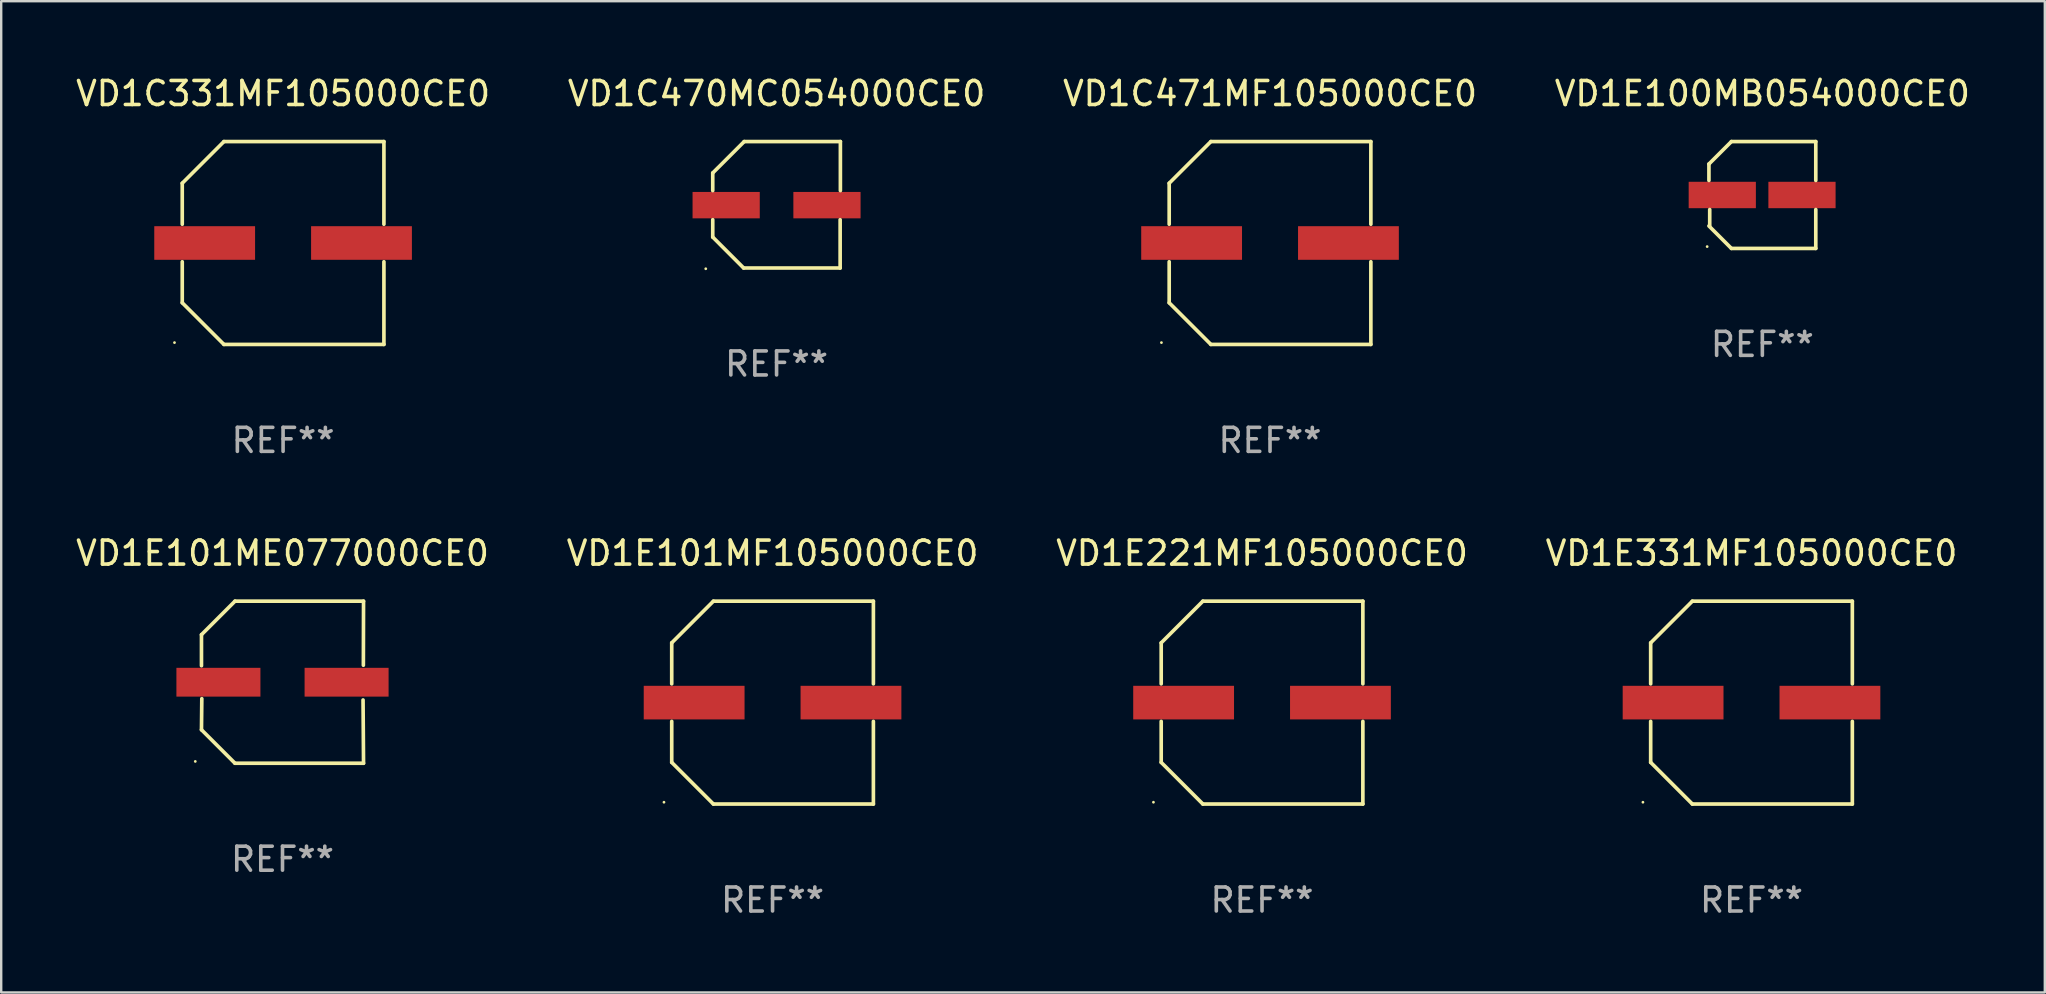
<source format=kicad_pcb>
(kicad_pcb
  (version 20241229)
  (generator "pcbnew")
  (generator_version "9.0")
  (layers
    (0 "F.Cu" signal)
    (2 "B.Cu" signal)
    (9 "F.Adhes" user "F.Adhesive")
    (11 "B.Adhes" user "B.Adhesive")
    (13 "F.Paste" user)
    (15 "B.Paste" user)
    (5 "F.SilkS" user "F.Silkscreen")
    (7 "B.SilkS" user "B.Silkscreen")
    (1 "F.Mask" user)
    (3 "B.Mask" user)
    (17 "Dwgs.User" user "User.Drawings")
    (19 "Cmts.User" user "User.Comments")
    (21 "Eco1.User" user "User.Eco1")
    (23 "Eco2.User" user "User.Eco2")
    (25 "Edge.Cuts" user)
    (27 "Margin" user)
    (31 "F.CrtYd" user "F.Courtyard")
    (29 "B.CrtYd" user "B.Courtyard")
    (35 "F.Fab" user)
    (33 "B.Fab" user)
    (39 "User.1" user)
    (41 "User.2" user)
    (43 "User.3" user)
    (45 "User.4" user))
  (footprint "VD1E101ME077000CE0"
    (layer "F.Cu")
    (at 8.72 25.373)
    (property "Reference" "VD1E101ME077000CE0" (at 0 -5.376 0) (layer "F.SilkS") (effects (font (size 1 1) (thickness 0.15))))
    (attr through_hole)
    (fp_line (start -3.376 -1.98) (end -3.376 -0.686) (stroke (width 0.152) (type solid)) (layer "F.SilkS"))
    (fp_line (start -3.376 1.981) (end -3.362 0.686) (stroke (width 0.152) (type solid)) (layer "F.SilkS"))
    (fp_line (start -1.981 3.376) (end -3.376 1.981) (stroke (width 0.152) (type solid)) (layer "F.SilkS"))
    (fp_line (start -1.98 -3.376) (end -3.376 -1.98) (stroke (width 0.152) (type solid)) (layer "F.SilkS"))
    (fp_line (start 3.356 0.74) (end 3.376 3.376) (stroke (width 0.152) (type solid)) (layer "F.SilkS"))
    (fp_line (start 3.369 -0.707) (end 3.376 -3.376) (stroke (width 0.152) (type solid)) (layer "F.SilkS"))
    (fp_line (start 3.376 3.376) (end -1.981 3.376) (stroke (width 0.152) (type solid)) (layer "F.SilkS"))
    (fp_line (start 3.376 -3.376) (end -1.98 -3.376) (stroke (width 0.152) (type solid)) (layer "F.SilkS"))
    (fp_circle (center -3.634 3.3) (end -3.604 3.3) (stroke (width 0.06) (type solid)) (fill no) (layer "F.SilkS"))
    (fp_text user "REF**" (at 0 7.376 0) (layer "F.Fab") (effects (font (size 1 1) (thickness 0.15))))
    (pad "1" smd rect (at -2.67 0.000254) (size 3.5 1.2) (layers "F.Cu" "F.Mask" "F.Paste"))
    (pad "2" smd rect (at 2.67 0.000254) (size 3.5 1.2) (layers "F.Cu" "F.Mask" "F.Paste")))
  (footprint "VD1C331MF105000CE0"
    (layer "F.Cu")
    (at 8.744 7.074)
    (property "Reference" "VD1C331MF105000CE0" (at 0 -6.226 0) (layer "F.SilkS") (effects (font (size 1 1) (thickness 0.15))))
    (attr through_hole)
    (fp_line (start -4.201 -2.49) (end -4.201 -0.782) (stroke (width 0.152) (type solid)) (layer "F.SilkS"))
    (fp_line (start -4.201 2.49) (end -4.201 0.782) (stroke (width 0.152) (type solid)) (layer "F.SilkS"))
    (fp_line (start -2.465 -4.226) (end -4.201 -2.49) (stroke (width 0.152) (type solid)) (layer "F.SilkS"))
    (fp_line (start -2.465 4.226) (end -4.201 2.49) (stroke (width 0.152) (type solid)) (layer "F.SilkS"))
    (fp_line (start 4.201 -4.226) (end -2.465 -4.226) (stroke (width 0.152) (type solid)) (layer "F.SilkS"))
    (fp_line (start 4.201 -0.782) (end 4.201 -4.226) (stroke (width 0.152) (type solid)) (layer "F.SilkS"))
    (fp_line (start 4.201 0.782) (end 4.201 4.226) (stroke (width 0.152) (type solid)) (layer "F.SilkS"))
    (fp_line (start 4.201 4.226) (end -2.465 4.226) (stroke (width 0.152) (type solid)) (layer "F.SilkS"))
    (fp_circle (center -4.524 4.15) (end -4.494 4.15) (stroke (width 0.06) (type solid)) (fill no) (layer "F.SilkS"))
    (fp_text user "REF**" (at 0 8.226 0) (layer "F.Fab") (effects (font (size 1 1) (thickness 0.15))))
    (pad "1" smd rect (at -3.267 0) (size 4.2 1.4) (layers "F.Cu" "F.Mask" "F.Paste"))
    (pad "2" smd rect (at 3.267 0) (size 4.2 1.4) (layers "F.Cu" "F.Mask" "F.Paste")))
  (footprint "VD1C471MF105000CE0"
    (layer "F.Cu")
    (at 49.863 7.074)
    (property "Reference" "VD1C471MF105000CE0" (at 0 -6.226 0) (layer "F.SilkS") (effects (font (size 1 1) (thickness 0.15))))
    (attr through_hole)
    (fp_line (start -4.201 -2.49) (end -4.201 -0.782) (stroke (width 0.152) (type solid)) (layer "F.SilkS"))
    (fp_line (start -4.201 2.49) (end -4.201 0.782) (stroke (width 0.152) (type solid)) (layer "F.SilkS"))
    (fp_line (start -2.465 -4.226) (end -4.201 -2.49) (stroke (width 0.152) (type solid)) (layer "F.SilkS"))
    (fp_line (start -2.465 4.226) (end -4.201 2.49) (stroke (width 0.152) (type solid)) (layer "F.SilkS"))
    (fp_line (start 4.201 -4.226) (end -2.465 -4.226) (stroke (width 0.152) (type solid)) (layer "F.SilkS"))
    (fp_line (start 4.201 -0.782) (end 4.201 -4.226) (stroke (width 0.152) (type solid)) (layer "F.SilkS"))
    (fp_line (start 4.201 0.782) (end 4.201 4.226) (stroke (width 0.152) (type solid)) (layer "F.SilkS"))
    (fp_line (start 4.201 4.226) (end -2.465 4.226) (stroke (width 0.152) (type solid)) (layer "F.SilkS"))
    (fp_circle (center -4.524 4.15) (end -4.494 4.15) (stroke (width 0.06) (type solid)) (fill no) (layer "F.SilkS"))
    (fp_text user "REF**" (at 0 8.226 0) (layer "F.Fab") (effects (font (size 1 1) (thickness 0.15))))
    (pad "1" smd rect (at -3.267 0) (size 4.2 1.4) (layers "F.Cu" "F.Mask" "F.Paste"))
    (pad "2" smd rect (at 3.267 0) (size 4.2 1.4) (layers "F.Cu" "F.Mask" "F.Paste")))
  (footprint "VD1E331MF105000CE0"
    (layer "F.Cu")
    (at 69.923 26.223)
    (property "Reference" "VD1E331MF105000CE0" (at 0 -6.226 0) (layer "F.SilkS") (effects (font (size 1 1) (thickness 0.15))))
    (attr through_hole)
    (fp_line (start -4.201 -2.49) (end -4.201 -0.782) (stroke (width 0.152) (type solid)) (layer "F.SilkS"))
    (fp_line (start -4.201 2.49) (end -4.201 0.782) (stroke (width 0.152) (type solid)) (layer "F.SilkS"))
    (fp_line (start -2.465 -4.226) (end -4.201 -2.49) (stroke (width 0.152) (type solid)) (layer "F.SilkS"))
    (fp_line (start -2.465 4.226) (end -4.201 2.49) (stroke (width 0.152) (type solid)) (layer "F.SilkS"))
    (fp_line (start 4.201 -4.226) (end -2.465 -4.226) (stroke (width 0.152) (type solid)) (layer "F.SilkS"))
    (fp_line (start 4.201 -0.782) (end 4.201 -4.226) (stroke (width 0.152) (type solid)) (layer "F.SilkS"))
    (fp_line (start 4.201 0.782) (end 4.201 4.226) (stroke (width 0.152) (type solid)) (layer "F.SilkS"))
    (fp_line (start 4.201 4.226) (end -2.465 4.226) (stroke (width 0.152) (type solid)) (layer "F.SilkS"))
    (fp_circle (center -4.524 4.15) (end -4.494 4.15) (stroke (width 0.06) (type solid)) (fill no) (layer "F.SilkS"))
    (fp_text user "REF**" (at 0 8.226 0) (layer "F.Fab") (effects (font (size 1 1) (thickness 0.15))))
    (pad "1" smd rect (at -3.267 0) (size 4.2 1.4) (layers "F.Cu" "F.Mask" "F.Paste"))
    (pad "2" smd rect (at 3.267 0) (size 4.2 1.4) (layers "F.Cu" "F.Mask" "F.Paste")))
  (footprint "VD1E100MB054000CE0"
    (layer "F.Cu")
    (at 70.375 5.074)
    (property "Reference" "VD1E100MB054000CE0" (at 0 -4.226 0) (layer "F.SilkS") (effects (font (size 1 1) (thickness 0.15))))
    (attr through_hole)
    (fp_line (start -2.226 -1.29) (end -2.226 -0.607) (stroke (width 0.152) (type solid)) (layer "F.SilkS"))
    (fp_line (start -2.193 1.29) (end -2.193 0.607) (stroke (width 0.152) (type solid)) (layer "F.SilkS"))
    (fp_line (start -1.29 2.226) (end -2.226 1.29) (stroke (width 0.152) (type solid)) (layer "F.SilkS"))
    (fp_line (start -1.29 -2.226) (end -2.226 -1.29) (stroke (width 0.152) (type solid)) (layer "F.SilkS"))
    (fp_line (start 2.226 -2.226) (end -1.29 -2.226) (stroke (width 0.152) (type solid)) (layer "F.SilkS"))
    (fp_line (start 2.226 -0.607) (end 2.226 -2.226) (stroke (width 0.152) (type solid)) (layer "F.SilkS"))
    (fp_line (start 2.226 0.607) (end 2.226 2.226) (stroke (width 0.152) (type solid)) (layer "F.SilkS"))
    (fp_line (start 2.226 2.226) (end -1.29 2.226) (stroke (width 0.152) (type solid)) (layer "F.SilkS"))
    (fp_circle (center -2.3 2.15) (end -2.27 2.15) (stroke (width 0.06) (type solid)) (fill no) (layer "F.SilkS"))
    (fp_text user "REF**" (at 0 6.226 0) (layer "F.Fab") (effects (font (size 1 1) (thickness 0.15))))
    (pad "1" smd rect (at -1.67 -0.000025) (size 2.8 1.1) (layers "F.Cu" "F.Mask" "F.Paste"))
    (pad "2" smd rect (at 1.651 -0.000025) (size 2.8 1.1) (layers "F.Cu" "F.Mask" "F.Paste")))
  (footprint "VD1C470MC054000CE0"
    (layer "F.Cu")
    (at 29.304 5.482)
    (property "Reference" "VD1C470MC054000CE0" (at 0 -4.634 0) (layer "F.SilkS") (effects (font (size 1 1) (thickness 0.15))))
    (attr through_hole)
    (fp_line (start -2.659 -1.326) (end -2.659 -0.592) (stroke (width 0.152) (type solid)) (layer "F.SilkS"))
    (fp_line (start -2.659 1.346) (end -2.659 0.622) (stroke (width 0.152) (type solid)) (layer "F.SilkS"))
    (fp_line (start -1.372 2.634) (end -2.659 1.346) (stroke (width 0.152) (type solid)) (layer "F.SilkS"))
    (fp_line (start -1.349 -2.634) (end -2.659 -1.326) (stroke (width 0.152) (type solid)) (layer "F.SilkS"))
    (fp_line (start 2.649 0.622) (end 2.649 2.634) (stroke (width 0.152) (type solid)) (layer "F.SilkS"))
    (fp_line (start 2.649 2.634) (end -1.372 2.634) (stroke (width 0.152) (type solid)) (layer "F.SilkS"))
    (fp_line (start 2.659 -2.634) (end -1.349 -2.634) (stroke (width 0.152) (type solid)) (layer "F.SilkS"))
    (fp_line (start 2.659 -0.592) (end 2.659 -2.634) (stroke (width 0.152) (type solid)) (layer "F.SilkS"))
    (fp_circle (center -2.95 2.665) (end -2.92 2.665) (stroke (width 0.06) (type solid)) (fill no) (layer "F.SilkS"))
    (fp_text user "REF**" (at 0 6.634 0) (layer "F.Fab") (effects (font (size 1 1) (thickness 0.15))))
    (pad "1" smd rect (at -2.1 0.015) (size 2.8 1.1) (layers "F.Cu" "F.Mask" "F.Paste"))
    (pad "2" smd rect (at 2.1 0.015) (size 2.8 1.1) (layers "F.Cu" "F.Mask" "F.Paste")))
  (footprint "VD1E101MF105000CE0"
    (layer "F.Cu")
    (at 29.137 26.223)
    (property "Reference" "VD1E101MF105000CE0" (at 0 -6.226 0) (layer "F.SilkS") (effects (font (size 1 1) (thickness 0.15))))
    (attr through_hole)
    (fp_line (start -4.201 -2.49) (end -4.201 -0.782) (stroke (width 0.152) (type solid)) (layer "F.SilkS"))
    (fp_line (start -4.201 2.49) (end -4.201 0.782) (stroke (width 0.152) (type solid)) (layer "F.SilkS"))
    (fp_line (start -2.465 -4.226) (end -4.201 -2.49) (stroke (width 0.152) (type solid)) (layer "F.SilkS"))
    (fp_line (start -2.465 4.226) (end -4.201 2.49) (stroke (width 0.152) (type solid)) (layer "F.SilkS"))
    (fp_line (start 4.201 -4.226) (end -2.465 -4.226) (stroke (width 0.152) (type solid)) (layer "F.SilkS"))
    (fp_line (start 4.201 -0.782) (end 4.201 -4.226) (stroke (width 0.152) (type solid)) (layer "F.SilkS"))
    (fp_line (start 4.201 0.782) (end 4.201 4.226) (stroke (width 0.152) (type solid)) (layer "F.SilkS"))
    (fp_line (start 4.201 4.226) (end -2.465 4.226) (stroke (width 0.152) (type solid)) (layer "F.SilkS"))
    (fp_circle (center -4.524 4.15) (end -4.494 4.15) (stroke (width 0.06) (type solid)) (fill no) (layer "F.SilkS"))
    (fp_text user "REF**" (at 0 8.226 0) (layer "F.Fab") (effects (font (size 1 1) (thickness 0.15))))
    (pad "1" smd rect (at -3.267 0) (size 4.2 1.4) (layers "F.Cu" "F.Mask" "F.Paste"))
    (pad "2" smd rect (at 3.267 0) (size 4.2 1.4) (layers "F.Cu" "F.Mask" "F.Paste")))
  (footprint "VD1E221MF105000CE0"
    (layer "F.Cu")
    (at 49.53 26.223)
    (property "Reference" "VD1E221MF105000CE0" (at 0 -6.226 0) (layer "F.SilkS") (effects (font (size 1 1) (thickness 0.15))))
    (attr through_hole)
    (fp_line (start -4.201 -2.49) (end -4.201 -0.782) (stroke (width 0.152) (type solid)) (layer "F.SilkS"))
    (fp_line (start -4.201 2.49) (end -4.201 0.782) (stroke (width 0.152) (type solid)) (layer "F.SilkS"))
    (fp_line (start -2.465 -4.226) (end -4.201 -2.49) (stroke (width 0.152) (type solid)) (layer "F.SilkS"))
    (fp_line (start -2.465 4.226) (end -4.201 2.49) (stroke (width 0.152) (type solid)) (layer "F.SilkS"))
    (fp_line (start 4.201 -4.226) (end -2.465 -4.226) (stroke (width 0.152) (type solid)) (layer "F.SilkS"))
    (fp_line (start 4.201 -0.782) (end 4.201 -4.226) (stroke (width 0.152) (type solid)) (layer "F.SilkS"))
    (fp_line (start 4.201 0.782) (end 4.201 4.226) (stroke (width 0.152) (type solid)) (layer "F.SilkS"))
    (fp_line (start 4.201 4.226) (end -2.465 4.226) (stroke (width 0.152) (type solid)) (layer "F.SilkS"))
    (fp_circle (center -4.524 4.15) (end -4.494 4.15) (stroke (width 0.06) (type solid)) (fill no) (layer "F.SilkS"))
    (fp_text user "REF**" (at 0 8.226 0) (layer "F.Fab") (effects (font (size 1 1) (thickness 0.15))))
    (pad "1" smd rect (at -3.267 0) (size 4.2 1.4) (layers "F.Cu" "F.Mask" "F.Paste"))
    (pad "2" smd rect (at 3.267 0) (size 4.2 1.4) (layers "F.Cu" "F.Mask" "F.Paste")))
  (gr_rect
    (start -3 -3)
    (end 82.143 38.298)
    (stroke (width 0.1) (type default))
    (fill no)
    (layer "Edge.Cuts")))
</source>
